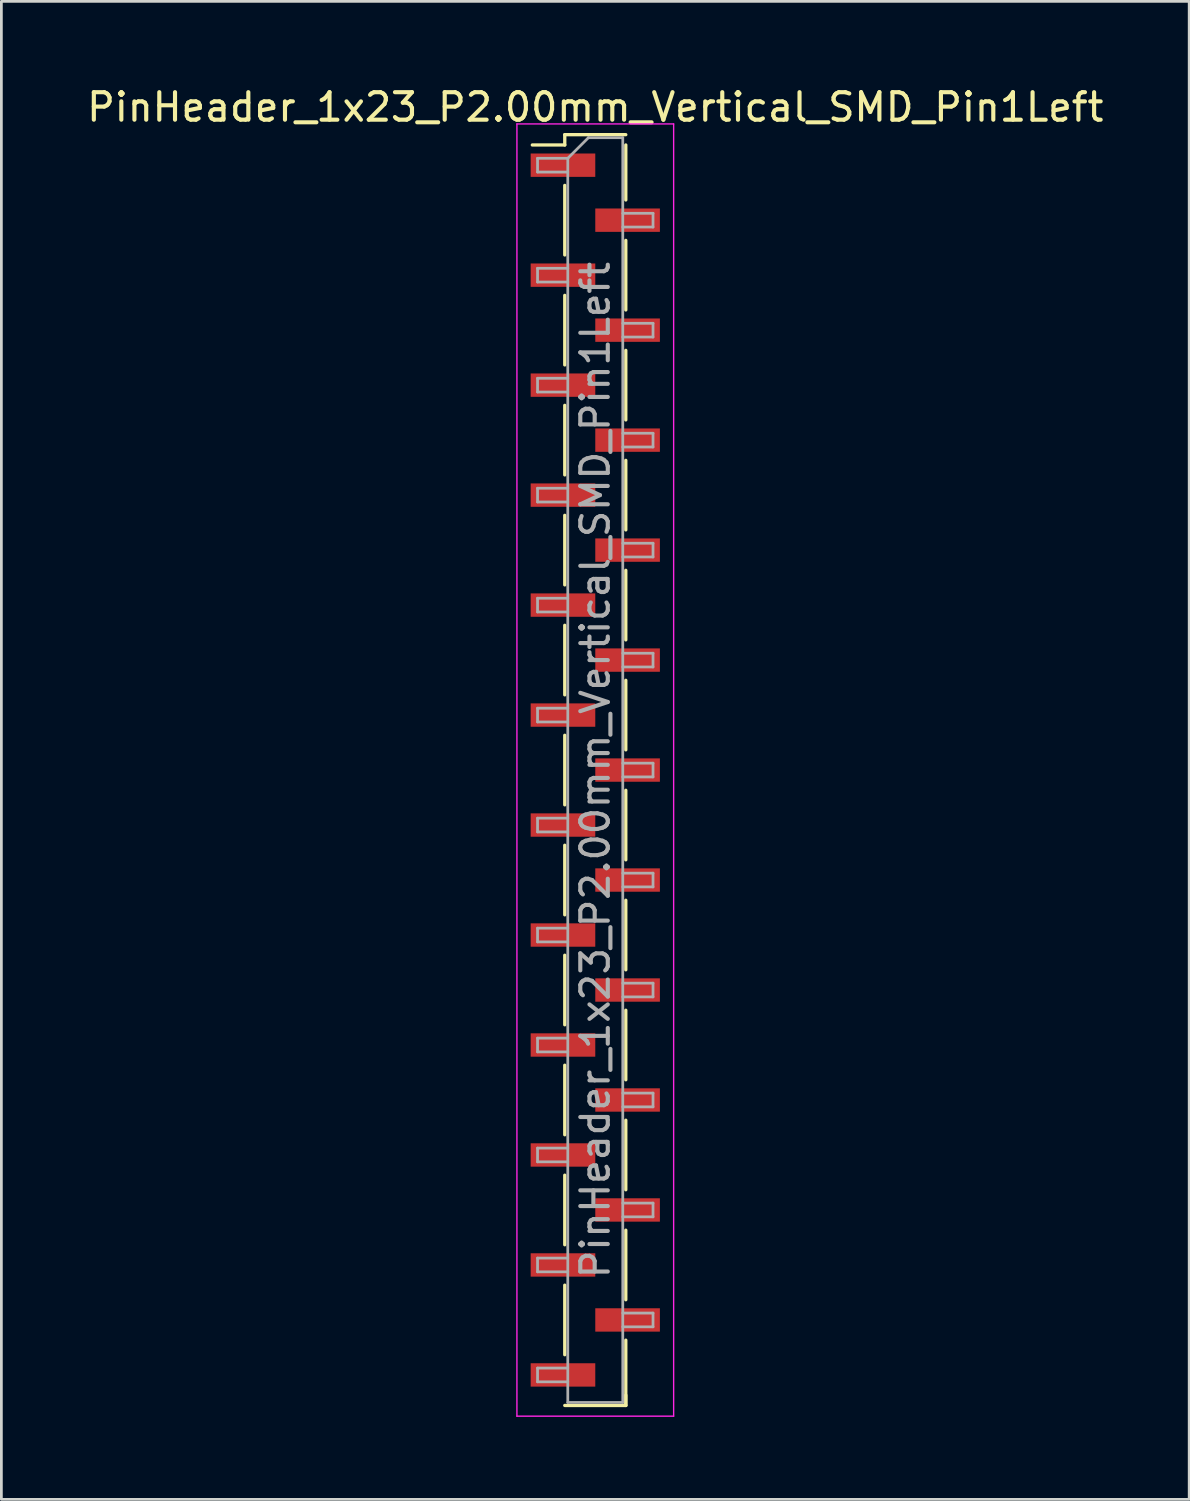
<source format=kicad_pcb>
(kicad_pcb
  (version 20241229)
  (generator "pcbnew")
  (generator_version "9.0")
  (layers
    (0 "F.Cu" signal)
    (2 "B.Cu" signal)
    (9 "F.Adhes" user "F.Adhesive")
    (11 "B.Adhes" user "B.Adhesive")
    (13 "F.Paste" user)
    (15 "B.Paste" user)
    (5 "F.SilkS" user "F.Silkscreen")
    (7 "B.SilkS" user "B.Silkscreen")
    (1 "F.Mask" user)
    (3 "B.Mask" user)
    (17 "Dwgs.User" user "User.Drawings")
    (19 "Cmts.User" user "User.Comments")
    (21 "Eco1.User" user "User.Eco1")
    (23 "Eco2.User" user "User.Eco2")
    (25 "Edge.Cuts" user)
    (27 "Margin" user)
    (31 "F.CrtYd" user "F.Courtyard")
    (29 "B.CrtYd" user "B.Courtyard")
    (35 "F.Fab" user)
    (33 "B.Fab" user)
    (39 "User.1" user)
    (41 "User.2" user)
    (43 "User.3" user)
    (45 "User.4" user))
  (footprint "PinHeader_1x23_P2.00mm_Vertical_SMD_Pin1Left"
    (layer "F.Cu")
    (at 18.601 24.958)
    (property "Reference" "PinHeader_1x23_P2.00mm_Vertical_SMD_Pin1Left" (at 0 -24.11 0) (layer "F.SilkS") (effects (font (size 1 1) (thickness 0.15))))
    (attr smd)
    (fp_line (start -1.11 -23.11) (end -1.11 -22.735) (stroke (width 0.12) (type solid)) (layer "F.SilkS"))
    (fp_line (start -1.11 -23.11) (end 1.11 -23.11) (stroke (width 0.12) (type solid)) (layer "F.SilkS"))
    (fp_line (start -1.11 -22.735) (end -2.29 -22.735) (stroke (width 0.12) (type solid)) (layer "F.SilkS"))
    (fp_line (start -1.11 -21.265) (end -1.11 -18.735) (stroke (width 0.12) (type solid)) (layer "F.SilkS"))
    (fp_line (start -1.11 -17.265) (end -1.11 -14.735) (stroke (width 0.12) (type solid)) (layer "F.SilkS"))
    (fp_line (start -1.11 -13.265) (end -1.11 -10.735) (stroke (width 0.12) (type solid)) (layer "F.SilkS"))
    (fp_line (start -1.11 -9.265) (end -1.11 -6.735) (stroke (width 0.12) (type solid)) (layer "F.SilkS"))
    (fp_line (start -1.11 -5.265) (end -1.11 -2.735) (stroke (width 0.12) (type solid)) (layer "F.SilkS"))
    (fp_line (start -1.11 -1.265) (end -1.11 1.265) (stroke (width 0.12) (type solid)) (layer "F.SilkS"))
    (fp_line (start -1.11 2.735) (end -1.11 5.265) (stroke (width 0.12) (type solid)) (layer "F.SilkS"))
    (fp_line (start -1.11 6.735) (end -1.11 9.265) (stroke (width 0.12) (type solid)) (layer "F.SilkS"))
    (fp_line (start -1.11 10.735) (end -1.11 13.265) (stroke (width 0.12) (type solid)) (layer "F.SilkS"))
    (fp_line (start -1.11 14.735) (end -1.11 17.265) (stroke (width 0.12) (type solid)) (layer "F.SilkS"))
    (fp_line (start -1.11 18.735) (end -1.11 21.265) (stroke (width 0.12) (type solid)) (layer "F.SilkS"))
    (fp_line (start -1.11 23.11) (end 1.11 23.11) (stroke (width 0.12) (type solid)) (layer "F.SilkS"))
    (fp_line (start 1.11 -22.735) (end 1.11 -20.735) (stroke (width 0.12) (type solid)) (layer "F.SilkS"))
    (fp_line (start 1.11 -19.265) (end 1.11 -16.735) (stroke (width 0.12) (type solid)) (layer "F.SilkS"))
    (fp_line (start 1.11 -15.265) (end 1.11 -12.735) (stroke (width 0.12) (type solid)) (layer "F.SilkS"))
    (fp_line (start 1.11 -11.265) (end 1.11 -8.735) (stroke (width 0.12) (type solid)) (layer "F.SilkS"))
    (fp_line (start 1.11 -7.265) (end 1.11 -4.735) (stroke (width 0.12) (type solid)) (layer "F.SilkS"))
    (fp_line (start 1.11 -3.265) (end 1.11 -0.735) (stroke (width 0.12) (type solid)) (layer "F.SilkS"))
    (fp_line (start 1.11 0.735) (end 1.11 3.265) (stroke (width 0.12) (type solid)) (layer "F.SilkS"))
    (fp_line (start 1.11 4.735) (end 1.11 7.265) (stroke (width 0.12) (type solid)) (layer "F.SilkS"))
    (fp_line (start 1.11 8.735) (end 1.11 11.265) (stroke (width 0.12) (type solid)) (layer "F.SilkS"))
    (fp_line (start 1.11 12.735) (end 1.11 15.265) (stroke (width 0.12) (type solid)) (layer "F.SilkS"))
    (fp_line (start 1.11 16.735) (end 1.11 19.265) (stroke (width 0.12) (type solid)) (layer "F.SilkS"))
    (fp_line (start 1.11 20.735) (end 1.11 23.11) (stroke (width 0.12) (type solid)) (layer "F.SilkS"))
    (fp_line (start 1.11 22.735) (end 1.11 23.11) (stroke (width 0.12) (type solid)) (layer "F.SilkS"))
    (fp_line (start -2.85 -23.5) (end -2.85 23.5) (stroke (width 0.05) (type solid)) (layer "F.CrtYd"))
    (fp_line (start -2.85 23.5) (end 2.85 23.5) (stroke (width 0.05) (type solid)) (layer "F.CrtYd"))
    (fp_line (start 2.85 -23.5) (end -2.85 -23.5) (stroke (width 0.05) (type solid)) (layer "F.CrtYd"))
    (fp_line (start 2.85 23.5) (end 2.85 -23.5) (stroke (width 0.05) (type solid)) (layer "F.CrtYd"))
    (fp_line (start -2.1 -22.25) (end -2.1 -21.75) (stroke (width 0.1) (type solid)) (layer "F.Fab"))
    (fp_line (start -2.1 -21.75) (end -1 -21.75) (stroke (width 0.1) (type solid)) (layer "F.Fab"))
    (fp_line (start -2.1 -18.25) (end -2.1 -17.75) (stroke (width 0.1) (type solid)) (layer "F.Fab"))
    (fp_line (start -2.1 -17.75) (end -1 -17.75) (stroke (width 0.1) (type solid)) (layer "F.Fab"))
    (fp_line (start -2.1 -14.25) (end -2.1 -13.75) (stroke (width 0.1) (type solid)) (layer "F.Fab"))
    (fp_line (start -2.1 -13.75) (end -1 -13.75) (stroke (width 0.1) (type solid)) (layer "F.Fab"))
    (fp_line (start -2.1 -10.25) (end -2.1 -9.75) (stroke (width 0.1) (type solid)) (layer "F.Fab"))
    (fp_line (start -2.1 -9.75) (end -1 -9.75) (stroke (width 0.1) (type solid)) (layer "F.Fab"))
    (fp_line (start -2.1 -6.25) (end -2.1 -5.75) (stroke (width 0.1) (type solid)) (layer "F.Fab"))
    (fp_line (start -2.1 -5.75) (end -1 -5.75) (stroke (width 0.1) (type solid)) (layer "F.Fab"))
    (fp_line (start -2.1 -2.25) (end -2.1 -1.75) (stroke (width 0.1) (type solid)) (layer "F.Fab"))
    (fp_line (start -2.1 -1.75) (end -1 -1.75) (stroke (width 0.1) (type solid)) (layer "F.Fab"))
    (fp_line (start -2.1 1.75) (end -2.1 2.25) (stroke (width 0.1) (type solid)) (layer "F.Fab"))
    (fp_line (start -2.1 2.25) (end -1 2.25) (stroke (width 0.1) (type solid)) (layer "F.Fab"))
    (fp_line (start -2.1 5.75) (end -2.1 6.25) (stroke (width 0.1) (type solid)) (layer "F.Fab"))
    (fp_line (start -2.1 6.25) (end -1 6.25) (stroke (width 0.1) (type solid)) (layer "F.Fab"))
    (fp_line (start -2.1 9.75) (end -2.1 10.25) (stroke (width 0.1) (type solid)) (layer "F.Fab"))
    (fp_line (start -2.1 10.25) (end -1 10.25) (stroke (width 0.1) (type solid)) (layer "F.Fab"))
    (fp_line (start -2.1 13.75) (end -2.1 14.25) (stroke (width 0.1) (type solid)) (layer "F.Fab"))
    (fp_line (start -2.1 14.25) (end -1 14.25) (stroke (width 0.1) (type solid)) (layer "F.Fab"))
    (fp_line (start -2.1 17.75) (end -2.1 18.25) (stroke (width 0.1) (type solid)) (layer "F.Fab"))
    (fp_line (start -2.1 18.25) (end -1 18.25) (stroke (width 0.1) (type solid)) (layer "F.Fab"))
    (fp_line (start -2.1 21.75) (end -2.1 22.25) (stroke (width 0.1) (type solid)) (layer "F.Fab"))
    (fp_line (start -2.1 22.25) (end -1 22.25) (stroke (width 0.1) (type solid)) (layer "F.Fab"))
    (fp_line (start -1 -22.25) (end -2.1 -22.25) (stroke (width 0.1) (type solid)) (layer "F.Fab"))
    (fp_line (start -1 -22.25) (end -0.25 -23) (stroke (width 0.1) (type solid)) (layer "F.Fab"))
    (fp_line (start -1 -18.25) (end -2.1 -18.25) (stroke (width 0.1) (type solid)) (layer "F.Fab"))
    (fp_line (start -1 -14.25) (end -2.1 -14.25) (stroke (width 0.1) (type solid)) (layer "F.Fab"))
    (fp_line (start -1 -10.25) (end -2.1 -10.25) (stroke (width 0.1) (type solid)) (layer "F.Fab"))
    (fp_line (start -1 -6.25) (end -2.1 -6.25) (stroke (width 0.1) (type solid)) (layer "F.Fab"))
    (fp_line (start -1 -2.25) (end -2.1 -2.25) (stroke (width 0.1) (type solid)) (layer "F.Fab"))
    (fp_line (start -1 1.75) (end -2.1 1.75) (stroke (width 0.1) (type solid)) (layer "F.Fab"))
    (fp_line (start -1 5.75) (end -2.1 5.75) (stroke (width 0.1) (type solid)) (layer "F.Fab"))
    (fp_line (start -1 9.75) (end -2.1 9.75) (stroke (width 0.1) (type solid)) (layer "F.Fab"))
    (fp_line (start -1 13.75) (end -2.1 13.75) (stroke (width 0.1) (type solid)) (layer "F.Fab"))
    (fp_line (start -1 17.75) (end -2.1 17.75) (stroke (width 0.1) (type solid)) (layer "F.Fab"))
    (fp_line (start -1 21.75) (end -2.1 21.75) (stroke (width 0.1) (type solid)) (layer "F.Fab"))
    (fp_line (start -1 23) (end -1 -22.25) (stroke (width 0.1) (type solid)) (layer "F.Fab"))
    (fp_line (start -0.25 -23) (end 1 -23) (stroke (width 0.1) (type solid)) (layer "F.Fab"))
    (fp_line (start 1 -23) (end 1 23) (stroke (width 0.1) (type solid)) (layer "F.Fab"))
    (fp_line (start 1 -20.25) (end 2.1 -20.25) (stroke (width 0.1) (type solid)) (layer "F.Fab"))
    (fp_line (start 1 -16.25) (end 2.1 -16.25) (stroke (width 0.1) (type solid)) (layer "F.Fab"))
    (fp_line (start 1 -12.25) (end 2.1 -12.25) (stroke (width 0.1) (type solid)) (layer "F.Fab"))
    (fp_line (start 1 -8.25) (end 2.1 -8.25) (stroke (width 0.1) (type solid)) (layer "F.Fab"))
    (fp_line (start 1 -4.25) (end 2.1 -4.25) (stroke (width 0.1) (type solid)) (layer "F.Fab"))
    (fp_line (start 1 -0.25) (end 2.1 -0.25) (stroke (width 0.1) (type solid)) (layer "F.Fab"))
    (fp_line (start 1 3.75) (end 2.1 3.75) (stroke (width 0.1) (type solid)) (layer "F.Fab"))
    (fp_line (start 1 7.75) (end 2.1 7.75) (stroke (width 0.1) (type solid)) (layer "F.Fab"))
    (fp_line (start 1 11.75) (end 2.1 11.75) (stroke (width 0.1) (type solid)) (layer "F.Fab"))
    (fp_line (start 1 15.75) (end 2.1 15.75) (stroke (width 0.1) (type solid)) (layer "F.Fab"))
    (fp_line (start 1 19.75) (end 2.1 19.75) (stroke (width 0.1) (type solid)) (layer "F.Fab"))
    (fp_line (start 1 23) (end -1 23) (stroke (width 0.1) (type solid)) (layer "F.Fab"))
    (fp_line (start 2.1 -20.25) (end 2.1 -19.75) (stroke (width 0.1) (type solid)) (layer "F.Fab"))
    (fp_line (start 2.1 -19.75) (end 1 -19.75) (stroke (width 0.1) (type solid)) (layer "F.Fab"))
    (fp_line (start 2.1 -16.25) (end 2.1 -15.75) (stroke (width 0.1) (type solid)) (layer "F.Fab"))
    (fp_line (start 2.1 -15.75) (end 1 -15.75) (stroke (width 0.1) (type solid)) (layer "F.Fab"))
    (fp_line (start 2.1 -12.25) (end 2.1 -11.75) (stroke (width 0.1) (type solid)) (layer "F.Fab"))
    (fp_line (start 2.1 -11.75) (end 1 -11.75) (stroke (width 0.1) (type solid)) (layer "F.Fab"))
    (fp_line (start 2.1 -8.25) (end 2.1 -7.75) (stroke (width 0.1) (type solid)) (layer "F.Fab"))
    (fp_line (start 2.1 -7.75) (end 1 -7.75) (stroke (width 0.1) (type solid)) (layer "F.Fab"))
    (fp_line (start 2.1 -4.25) (end 2.1 -3.75) (stroke (width 0.1) (type solid)) (layer "F.Fab"))
    (fp_line (start 2.1 -3.75) (end 1 -3.75) (stroke (width 0.1) (type solid)) (layer "F.Fab"))
    (fp_line (start 2.1 -0.25) (end 2.1 0.25) (stroke (width 0.1) (type solid)) (layer "F.Fab"))
    (fp_line (start 2.1 0.25) (end 1 0.25) (stroke (width 0.1) (type solid)) (layer "F.Fab"))
    (fp_line (start 2.1 3.75) (end 2.1 4.25) (stroke (width 0.1) (type solid)) (layer "F.Fab"))
    (fp_line (start 2.1 4.25) (end 1 4.25) (stroke (width 0.1) (type solid)) (layer "F.Fab"))
    (fp_line (start 2.1 7.75) (end 2.1 8.25) (stroke (width 0.1) (type solid)) (layer "F.Fab"))
    (fp_line (start 2.1 8.25) (end 1 8.25) (stroke (width 0.1) (type solid)) (layer "F.Fab"))
    (fp_line (start 2.1 11.75) (end 2.1 12.25) (stroke (width 0.1) (type solid)) (layer "F.Fab"))
    (fp_line (start 2.1 12.25) (end 1 12.25) (stroke (width 0.1) (type solid)) (layer "F.Fab"))
    (fp_line (start 2.1 15.75) (end 2.1 16.25) (stroke (width 0.1) (type solid)) (layer "F.Fab"))
    (fp_line (start 2.1 16.25) (end 1 16.25) (stroke (width 0.1) (type solid)) (layer "F.Fab"))
    (fp_line (start 2.1 19.75) (end 2.1 20.25) (stroke (width 0.1) (type solid)) (layer "F.Fab"))
    (fp_line (start 2.1 20.25) (end 1 20.25) (stroke (width 0.1) (type solid)) (layer "F.Fab"))
    (fp_text user "${REFERENCE}" (at 0 0 90) (layer "F.Fab") (effects (font (size 1 1) (thickness 0.15))))
    (pad "1" smd rect (at -1.175 -22) (size 2.35 0.85) (layers "F.Cu" "F.Mask" "F.Paste"))
    (pad "2" smd rect (at 1.175 -20) (size 2.35 0.85) (layers "F.Cu" "F.Mask" "F.Paste"))
    (pad "3" smd rect (at -1.175 -18) (size 2.35 0.85) (layers "F.Cu" "F.Mask" "F.Paste"))
    (pad "4" smd rect (at 1.175 -16) (size 2.35 0.85) (layers "F.Cu" "F.Mask" "F.Paste"))
    (pad "5" smd rect (at -1.175 -14) (size 2.35 0.85) (layers "F.Cu" "F.Mask" "F.Paste"))
    (pad "6" smd rect (at 1.175 -12) (size 2.35 0.85) (layers "F.Cu" "F.Mask" "F.Paste"))
    (pad "7" smd rect (at -1.175 -10) (size 2.35 0.85) (layers "F.Cu" "F.Mask" "F.Paste"))
    (pad "8" smd rect (at 1.175 -8) (size 2.35 0.85) (layers "F.Cu" "F.Mask" "F.Paste"))
    (pad "9" smd rect (at -1.175 -6) (size 2.35 0.85) (layers "F.Cu" "F.Mask" "F.Paste"))
    (pad "10" smd rect (at 1.175 -4) (size 2.35 0.85) (layers "F.Cu" "F.Mask" "F.Paste"))
    (pad "11" smd rect (at -1.175 -2) (size 2.35 0.85) (layers "F.Cu" "F.Mask" "F.Paste"))
    (pad "12" smd rect (at 1.175 0) (size 2.35 0.85) (layers "F.Cu" "F.Mask" "F.Paste"))
    (pad "13" smd rect (at -1.175 2) (size 2.35 0.85) (layers "F.Cu" "F.Mask" "F.Paste"))
    (pad "14" smd rect (at 1.175 4) (size 2.35 0.85) (layers "F.Cu" "F.Mask" "F.Paste"))
    (pad "15" smd rect (at -1.175 6) (size 2.35 0.85) (layers "F.Cu" "F.Mask" "F.Paste"))
    (pad "16" smd rect (at 1.175 8) (size 2.35 0.85) (layers "F.Cu" "F.Mask" "F.Paste"))
    (pad "17" smd rect (at -1.175 10) (size 2.35 0.85) (layers "F.Cu" "F.Mask" "F.Paste"))
    (pad "18" smd rect (at 1.175 12) (size 2.35 0.85) (layers "F.Cu" "F.Mask" "F.Paste"))
    (pad "19" smd rect (at -1.175 14) (size 2.35 0.85) (layers "F.Cu" "F.Mask" "F.Paste"))
    (pad "20" smd rect (at 1.175 16) (size 2.35 0.85) (layers "F.Cu" "F.Mask" "F.Paste"))
    (pad "21" smd rect (at -1.175 18) (size 2.35 0.85) (layers "F.Cu" "F.Mask" "F.Paste"))
    (pad "22" smd rect (at 1.175 20) (size 2.35 0.85) (layers "F.Cu" "F.Mask" "F.Paste"))
    (pad "23" smd rect (at -1.175 22) (size 2.35 0.85) (layers "F.Cu" "F.Mask" "F.Paste")))
  (gr_rect
    (start -3 -3)
    (end 40.202 51.483)
    (stroke (width 0.1) (type default))
    (fill no)
    (layer "Edge.Cuts")))
</source>
